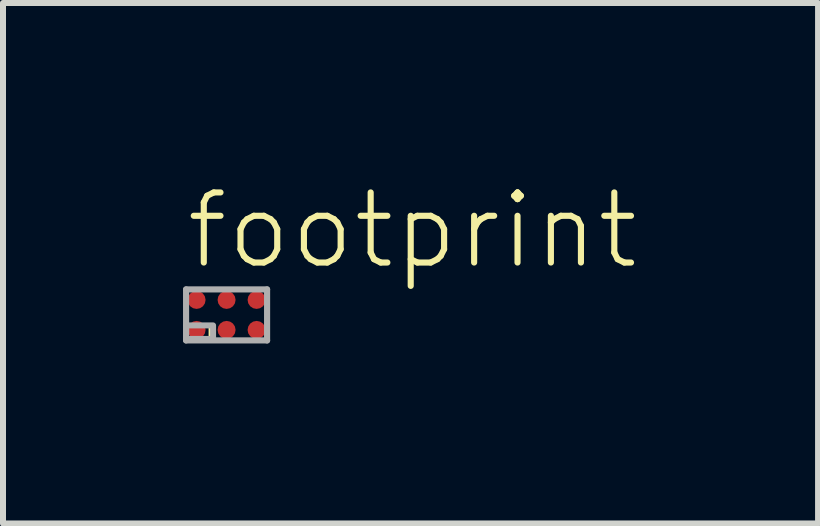
<source format=kicad_pcb>
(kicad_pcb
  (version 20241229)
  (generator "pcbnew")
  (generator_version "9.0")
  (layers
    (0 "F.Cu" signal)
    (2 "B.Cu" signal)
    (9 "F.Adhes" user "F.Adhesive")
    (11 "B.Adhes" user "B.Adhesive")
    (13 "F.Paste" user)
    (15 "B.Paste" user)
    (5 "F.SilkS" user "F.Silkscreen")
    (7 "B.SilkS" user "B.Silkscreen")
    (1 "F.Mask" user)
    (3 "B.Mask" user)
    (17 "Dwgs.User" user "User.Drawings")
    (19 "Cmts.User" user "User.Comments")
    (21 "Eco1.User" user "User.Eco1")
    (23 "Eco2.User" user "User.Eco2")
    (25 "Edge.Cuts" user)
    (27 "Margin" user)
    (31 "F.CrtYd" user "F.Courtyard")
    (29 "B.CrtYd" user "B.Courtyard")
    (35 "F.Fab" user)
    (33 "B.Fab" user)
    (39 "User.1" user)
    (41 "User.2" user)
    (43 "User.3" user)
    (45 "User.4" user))
  (footprint "footprint"
    (layer "F.Cu")
    (at 0.726 2.198)
    (property "Reference" "footprint" (at -0.725 -0.725 0) (layer "F.SilkS") (effects (font (size 1.168 1.168) (thickness 0.102)) (justify left bottom)))
    (fp_circle (center -0.5 -0.25) (end -0.412 -0.25) (stroke (width 0.175) (type solid)) (fill yes) (layer "F.Mask"))
    (fp_circle (center -0.5 0.25) (end -0.412 0.25) (stroke (width 0.175) (type solid)) (fill yes) (layer "F.Mask"))
    (fp_circle (center 0 -0.25) (end 0.087 -0.25) (stroke (width 0.175) (type solid)) (fill yes) (layer "F.Mask"))
    (fp_circle (center 0 0.25) (end 0.087 0.25) (stroke (width 0.175) (type solid)) (fill yes) (layer "F.Mask"))
    (fp_circle (center 0.5 -0.25) (end 0.588 -0.25) (stroke (width 0.175) (type solid)) (fill yes) (layer "F.Mask"))
    (fp_circle (center 0.5 0.25) (end 0.588 0.25) (stroke (width 0.175) (type solid)) (fill yes) (layer "F.Mask"))
    (fp_poly (pts (xy -0.3 0.375) (xy -0.225 0.375) (xy -0.225 0.175) (xy -0.3 0.175)) (stroke (width 0) (type solid)) (fill yes) (layer "F.SilkS"))
    (fp_line (start -0.675 -0.425) (end 0.675 -0.425) (stroke (width 0.102) (type solid)) (layer "F.Fab"))
    (fp_line (start -0.675 0.425) (end -0.675 -0.425) (stroke (width 0.102) (type solid)) (layer "F.Fab"))
    (fp_line (start 0.675 -0.425) (end 0.675 0.425) (stroke (width 0.102) (type solid)) (layer "F.Fab"))
    (fp_line (start 0.675 0.425) (end -0.675 0.425) (stroke (width 0.102) (type solid)) (layer "F.Fab"))
    (fp_poly (pts (xy -0.675 0.4) (xy -0.225 0.4) (xy -0.225 0.175) (xy -0.675 0.175)) (stroke (width 0.1) (type solid)) (fill no) (layer "F.Fab"))
    (pad "A1" smd roundrect (at -0.5 0.25) (size 0.3 0.3) (layers "F.Cu") (roundrect_rratio 0.5))
    (pad "A2" smd roundrect (at -0.5 -0.25) (size 0.3 0.3) (layers "F.Cu") (roundrect_rratio 0.5))
    (pad "B1" smd roundrect (at 0 0.25) (size 0.3 0.3) (layers "F.Cu") (roundrect_rratio 0.5))
    (pad "B2" smd roundrect (at 0 -0.25) (size 0.3 0.3) (layers "F.Cu") (roundrect_rratio 0.5))
    (pad "C1" smd roundrect (at 0.5 0.25) (size 0.3 0.3) (layers "F.Cu") (roundrect_rratio 0.5))
    (pad "C2" smd roundrect (at 0.5 -0.25) (size 0.3 0.3) (layers "F.Cu") (roundrect_rratio 0.5)))
  (gr_rect
    (start -3 -3)
    (end 10.583 5.674)
    (stroke (width 0.1) (type default))
    (fill no)
    (layer "Edge.Cuts")))
</source>
